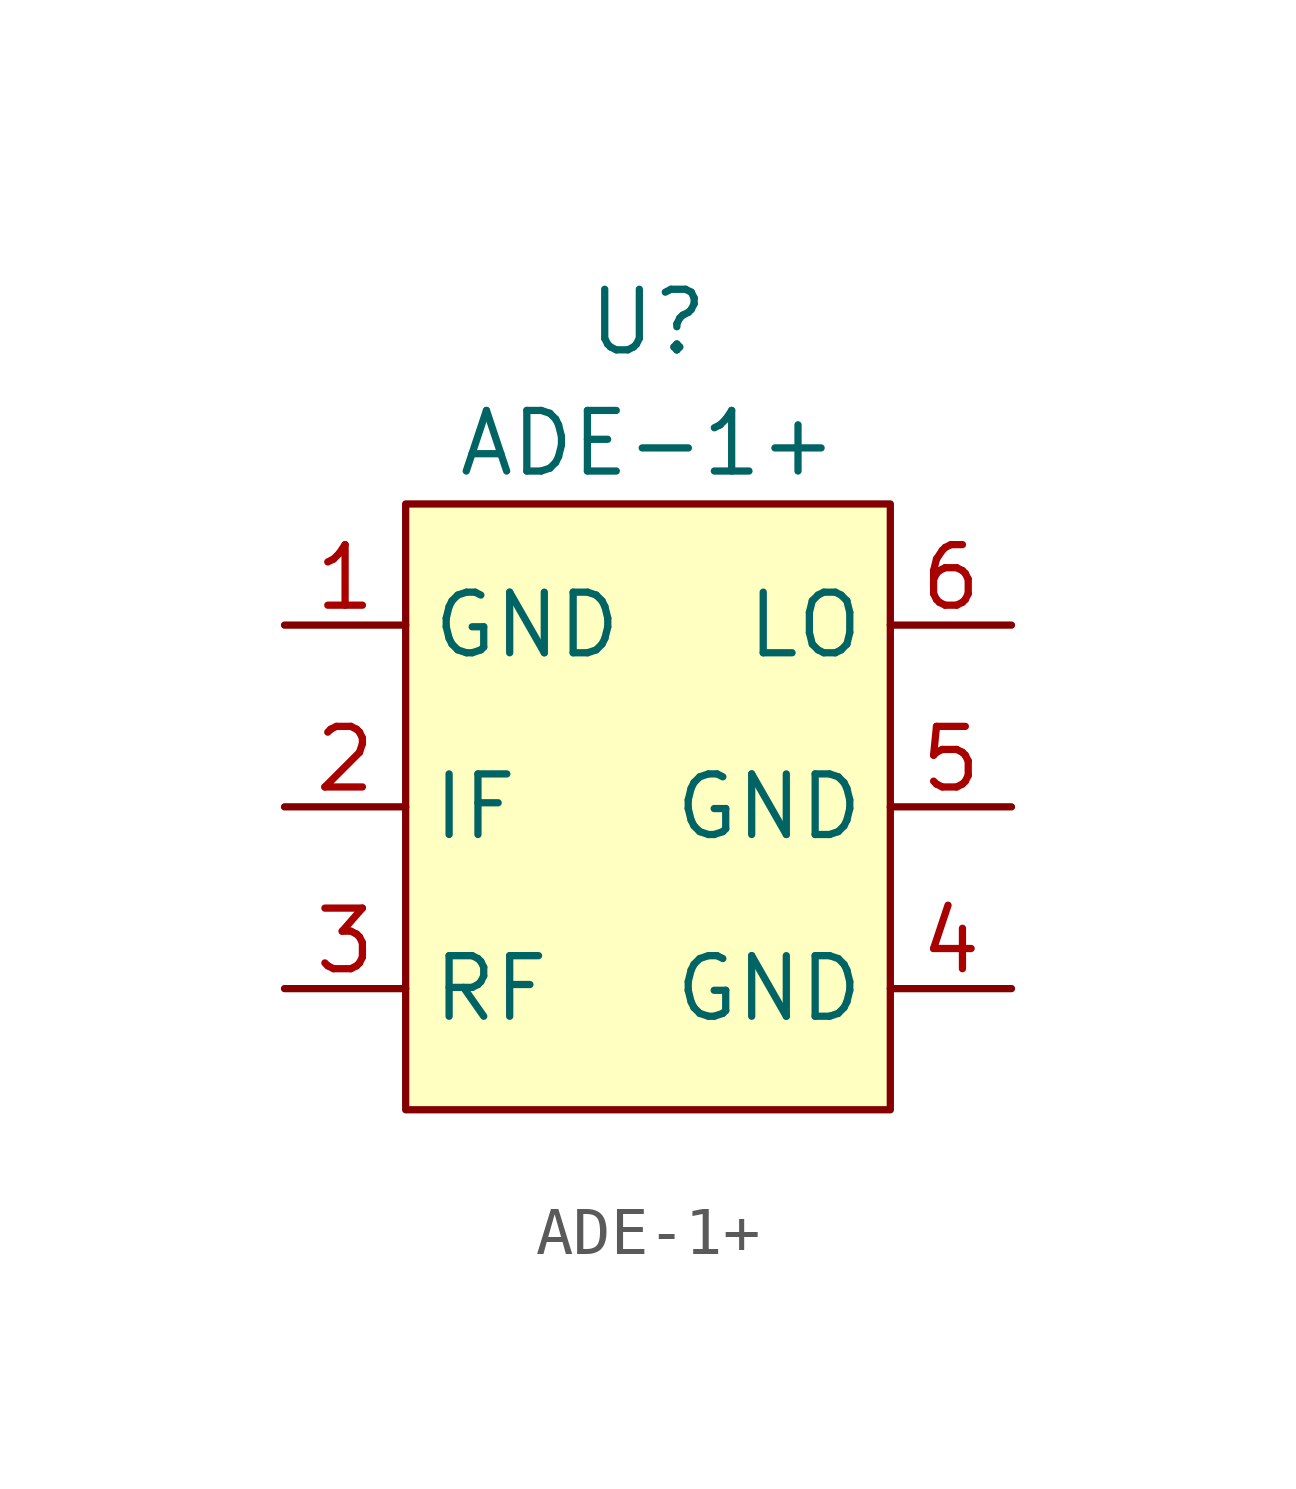
<source format=kicad_sym>
(kicad_symbol_lib
  (version 20231120)
  (generator "kicad_symbol_editor")
  (generator_version "8.0")
  (symbol "ADE-1+"
    (property "Reference" "U"
      (at 0 10.16 0)
      (effects (font (size 1.27 1.27))))
    (property "Value" "ADE-1+"
      (at 0 7.62 0)
      (effects (font (size 1.27 1.27))))
    (symbol "ADE-1+_1_1"
      (rectangle (start -5.08 6.35) (end 5.08 -6.35) (stroke (width 0) (type default)) (fill (type background)))
      (pin power_in line (at -7.62 3.81 0) (length 2.54) (name "GND" (effects (font (size 1.27 1.27)))) (number "1" (effects (font (size 1.27 1.27)))))
      (pin output line (at -7.62 0 0) (length 2.54) (name "IF" (effects (font (size 1.27 1.27)))) (number "2" (effects (font (size 1.27 1.27)))))
      (pin input line (at -7.62 -3.81 0) (length 2.54) (name "RF" (effects (font (size 1.27 1.27)))) (number "3" (effects (font (size 1.27 1.27)))))
      (pin power_in line (at 7.62 -3.81 180) (length 2.54) (name "GND" (effects (font (size 1.27 1.27)))) (number "4" (effects (font (size 1.27 1.27)))))
      (pin power_in line (at 7.62 0 180) (length 2.54) (name "GND" (effects (font (size 1.27 1.27)))) (number "5" (effects (font (size 1.27 1.27)))))
      (pin input line (at 7.62 3.81 180) (length 2.54) (name "LO" (effects (font (size 1.27 1.27)))) (number "6" (effects (font (size 1.27 1.27))))))))
</source>
